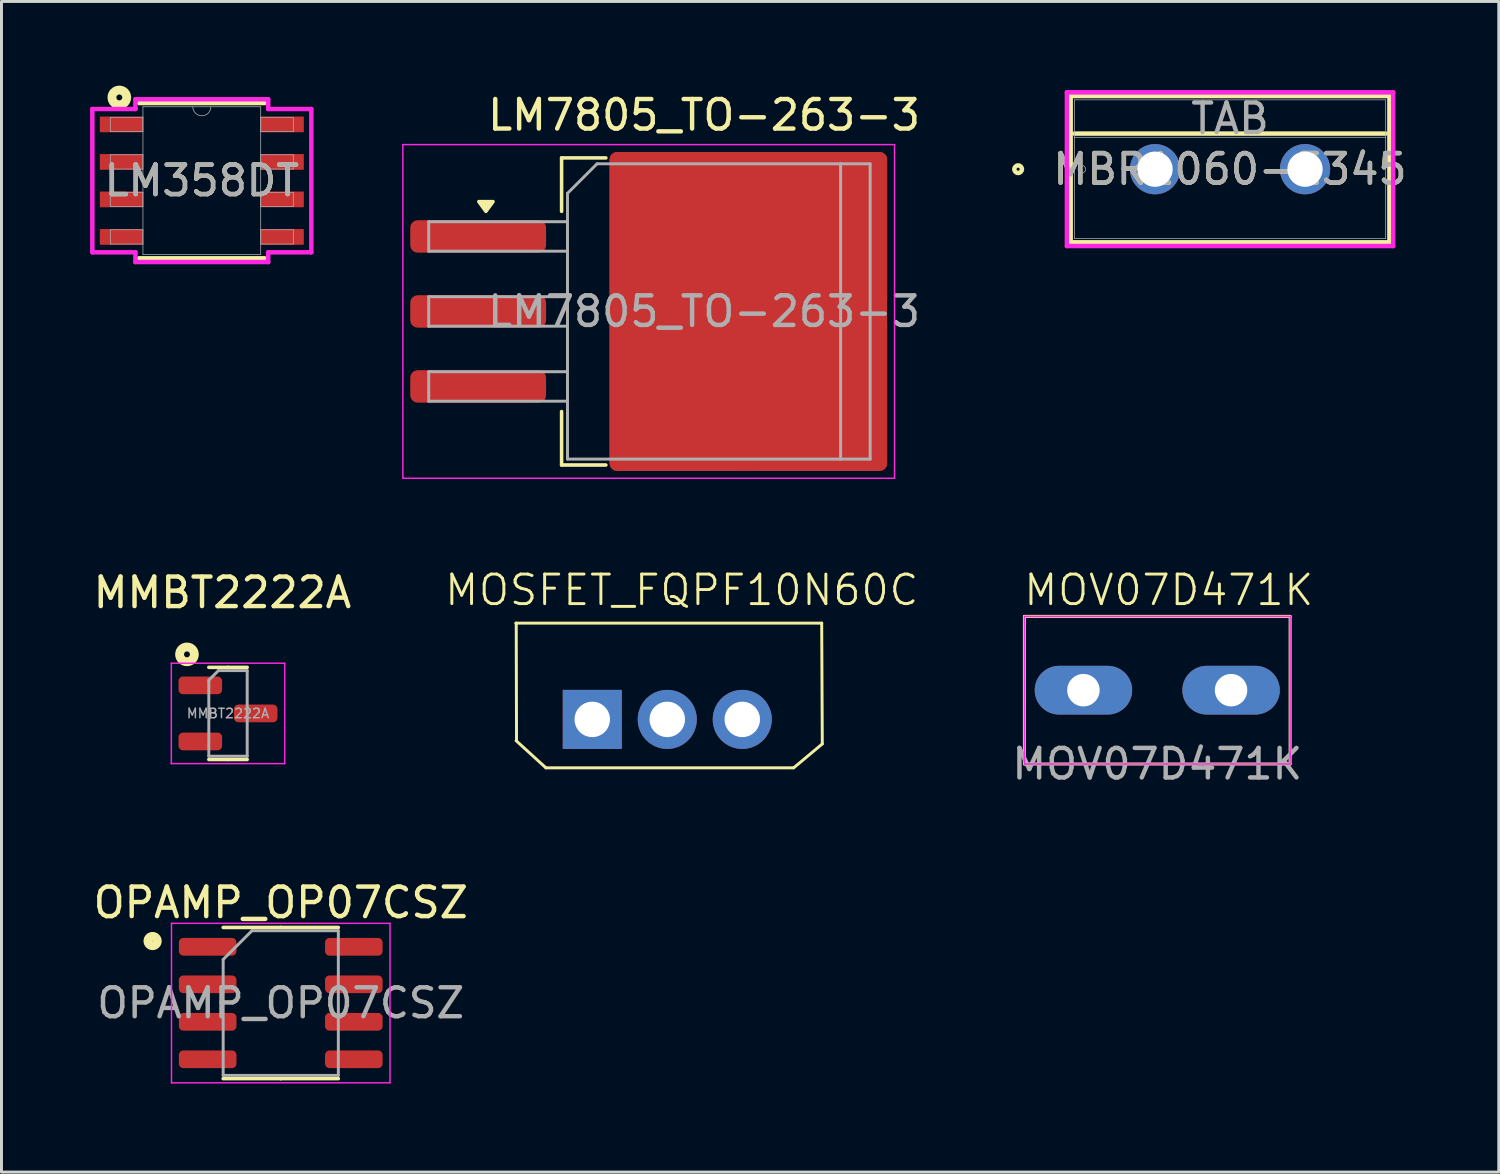
<source format=kicad_pcb>
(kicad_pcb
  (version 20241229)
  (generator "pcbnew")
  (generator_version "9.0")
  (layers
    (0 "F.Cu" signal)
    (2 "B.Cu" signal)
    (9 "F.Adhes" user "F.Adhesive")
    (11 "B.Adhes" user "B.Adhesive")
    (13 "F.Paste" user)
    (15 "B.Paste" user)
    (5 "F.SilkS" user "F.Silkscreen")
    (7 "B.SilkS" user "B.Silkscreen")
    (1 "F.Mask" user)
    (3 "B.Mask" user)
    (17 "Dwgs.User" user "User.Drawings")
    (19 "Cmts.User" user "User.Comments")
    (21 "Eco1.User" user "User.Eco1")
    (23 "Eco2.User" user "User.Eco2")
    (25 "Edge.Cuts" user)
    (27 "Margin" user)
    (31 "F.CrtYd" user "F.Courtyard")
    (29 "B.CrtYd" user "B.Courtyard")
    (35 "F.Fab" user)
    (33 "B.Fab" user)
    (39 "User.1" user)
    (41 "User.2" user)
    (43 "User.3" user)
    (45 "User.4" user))
  (footprint "MOSFET_FQPF10N60C"
    (layer "F.Cu")
    (at 14.418 18.054)
    (property "Reference" "MOSFET_FQPF10N60C" (at 5.62 -1.12 0) (unlocked yes) (layer "F.SilkS") (effects (font (size 1 1) (thickness 0.1))))
    (attr through_hole)
    (fp_line (start 0 0) (end 10.36 0) (stroke (width 0.1) (type default)) (layer "F.SilkS"))
    (fp_line (start 0.01 3.98) (end 1.02 4.9) (stroke (width 0.1) (type default)) (layer "F.SilkS"))
    (fp_line (start 0.015 0) (end 0.025 3.98) (stroke (width 0.1) (type default)) (layer "F.SilkS"))
    (fp_line (start 1.02 4.9) (end 9.41 4.9) (stroke (width 0.1) (type default)) (layer "F.SilkS"))
    (fp_line (start 9.41 4.9) (end 10.38 4.09) (stroke (width 0.1) (type default)) (layer "F.SilkS"))
    (fp_line (start 10.38 4.09) (end 10.36 0) (stroke (width 0.1) (type default)) (layer "F.SilkS"))
    (pad "1" thru_hole rect (at 2.59 3.26) (size 2 2) (drill 1.2) (layers "*.Cu" "*.Mask"))
    (pad "2" thru_hole circle (at 5.13 3.26) (size 2 2) (drill 1.2) (layers "*.Cu" "*.Mask"))
    (pad "3" thru_hole circle (at 7.67 3.26) (size 2 2) (drill 1.2) (layers "*.Cu" "*.Mask")))
  (footprint "MBR1060-E345"
    (layer "F.Cu")
    (at 36.067 2.68)
    (property "Reference" "MBR1060-E345" (at 2.54 0 0) (unlocked yes) (layer "F.SilkS") (effects (font (size 1 1) (thickness 0.15))))
    (attr through_hole)
    (fp_line (start -2.857 -2.477) (end -2.857 2.477) (stroke (width 0.152) (type solid)) (layer "F.SilkS"))
    (fp_line (start -2.857 2.477) (end 7.938 2.477) (stroke (width 0.152) (type solid)) (layer "F.SilkS"))
    (fp_line (start -2.731 -1.206) (end 7.811 -1.206) (stroke (width 0.152) (type solid)) (layer "F.SilkS"))
    (fp_line (start 7.938 -2.477) (end -2.857 -2.477) (stroke (width 0.152) (type solid)) (layer "F.SilkS"))
    (fp_line (start 7.938 2.477) (end 7.938 -2.477) (stroke (width 0.152) (type solid)) (layer "F.SilkS"))
    (fp_circle (center -4.636 0) (end -4.508 0) (stroke (width 0.152) (type solid)) (fill no) (layer "F.SilkS"))
    (fp_line (start -2.985 -2.603) (end -2.985 2.603) (stroke (width 0.152) (type solid)) (layer "F.CrtYd"))
    (fp_line (start -2.985 2.603) (end 8.065 2.603) (stroke (width 0.152) (type solid)) (layer "F.CrtYd"))
    (fp_line (start 8.065 -2.603) (end -2.985 -2.603) (stroke (width 0.152) (type solid)) (layer "F.CrtYd"))
    (fp_line (start 8.065 2.603) (end 8.065 -2.603) (stroke (width 0.152) (type solid)) (layer "F.CrtYd"))
    (fp_line (start -2.731 -2.349) (end -2.731 2.349) (stroke (width 0.025) (type solid)) (layer "F.Fab"))
    (fp_line (start -2.731 -1.079) (end 7.811 -1.079) (stroke (width 0.025) (type solid)) (layer "F.Fab"))
    (fp_line (start -2.731 2.349) (end 7.811 2.349) (stroke (width 0.025) (type solid)) (layer "F.Fab"))
    (fp_line (start 7.811 -2.349) (end -2.731 -2.349) (stroke (width 0.025) (type solid)) (layer "F.Fab"))
    (fp_line (start 7.811 2.349) (end 7.811 -2.349) (stroke (width 0.025) (type solid)) (layer "F.Fab"))
    (fp_circle (center -2.477 0) (end -2.349 0) (stroke (width 0.025) (type solid)) (fill no) (layer "F.Fab"))
    (fp_text user "TAB" (at 2.54 -1.714 0) (unlocked yes) (layer "F.Fab") (effects (font (size 1 1) (thickness 0.15))))
    (fp_text user "${REFERENCE}" (at 2.54 0 0) (unlocked yes) (layer "F.Fab") (effects (font (size 1 1) (thickness 0.15))))
    (pad "1" thru_hole circle (at 0 0) (size 1.702 1.702) (drill 1.194) (layers "*.Cu" "*.Mask"))
    (pad "3" thru_hole circle (at 5.08 0) (size 1.702 1.702) (drill 1.194) (layers "*.Cu" "*.Mask")))
  (footprint "MMBT2222A"
    (layer "F.Cu")
    (at 4.672 21.111)
    (property "Reference" "MMBT2222A" (at -0.19 -4.09 0) (layer "F.SilkS") (effects (font (size 1 1) (thickness 0.15))))
    (attr smd)
    (fp_line (start 0 -1.56) (end -0.65 -1.56) (stroke (width 0.12) (type solid)) (layer "F.SilkS"))
    (fp_line (start 0 -1.56) (end 0.65 -1.56) (stroke (width 0.12) (type solid)) (layer "F.SilkS"))
    (fp_line (start 0 1.56) (end -0.65 1.56) (stroke (width 0.12) (type solid)) (layer "F.SilkS"))
    (fp_line (start 0 1.56) (end 0.65 1.56) (stroke (width 0.12) (type solid)) (layer "F.SilkS"))
    (fp_circle (center -1.39 -2) (end -1.29 -2) (stroke (width 0.3) (type default)) (fill no) (layer "F.SilkS"))
    (fp_line (start -1.92 -1.7) (end -1.92 1.7) (stroke (width 0.05) (type solid)) (layer "F.CrtYd"))
    (fp_line (start -1.92 1.7) (end 1.92 1.7) (stroke (width 0.05) (type solid)) (layer "F.CrtYd"))
    (fp_line (start 1.92 -1.7) (end -1.92 -1.7) (stroke (width 0.05) (type solid)) (layer "F.CrtYd"))
    (fp_line (start 1.92 1.7) (end 1.92 -1.7) (stroke (width 0.05) (type solid)) (layer "F.CrtYd"))
    (fp_line (start -0.65 -1.125) (end -0.325 -1.45) (stroke (width 0.1) (type solid)) (layer "F.Fab"))
    (fp_line (start -0.65 1.45) (end -0.65 -1.125) (stroke (width 0.1) (type solid)) (layer "F.Fab"))
    (fp_line (start -0.325 -1.45) (end 0.65 -1.45) (stroke (width 0.1) (type solid)) (layer "F.Fab"))
    (fp_line (start 0.65 -1.45) (end 0.65 1.45) (stroke (width 0.1) (type solid)) (layer "F.Fab"))
    (fp_line (start 0.65 1.45) (end -0.65 1.45) (stroke (width 0.1) (type solid)) (layer "F.Fab"))
    (fp_text user "${REFERENCE}" (at 0 0 0) (layer "F.Fab") (effects (font (size 0.32 0.32) (thickness 0.05))))
    (pad "1" smd roundrect (at -0.938 -0.95) (size 1.475 0.6) (layers "F.Cu" "F.Mask" "F.Paste") (roundrect_rratio 0.25))
    (pad "2" smd roundrect (at -0.938 0.95) (size 1.475 0.6) (layers "F.Cu" "F.Mask" "F.Paste") (roundrect_rratio 0.25))
    (pad "3" smd roundrect (at 0.938 0) (size 1.475 0.6) (layers "F.Cu" "F.Mask" "F.Paste") (roundrect_rratio 0.25)))
  (footprint "OPAMP_OP07CSZ"
    (layer "F.Cu")
    (at 6.458 30.92)
    (property "Reference" "OPAMP_OP07CSZ" (at 0 -3.4 0) (layer "F.SilkS") (effects (font (size 1 1) (thickness 0.15))))
    (attr smd)
    (fp_line (start 0 -2.56) (end -1.95 -2.56) (stroke (width 0.12) (type solid)) (layer "F.SilkS"))
    (fp_line (start 0 -2.56) (end 1.95 -2.56) (stroke (width 0.12) (type solid)) (layer "F.SilkS"))
    (fp_line (start 0 2.56) (end -1.95 2.56) (stroke (width 0.12) (type solid)) (layer "F.SilkS"))
    (fp_line (start 0 2.56) (end 1.95 2.56) (stroke (width 0.12) (type solid)) (layer "F.SilkS"))
    (fp_circle (center -4.34 -2.1) (end -4.182 -2.1) (stroke (width 0.3) (type default)) (fill no) (layer "F.SilkS"))
    (fp_line (start -3.7 -2.7) (end -3.7 2.7) (stroke (width 0.05) (type solid)) (layer "F.CrtYd"))
    (fp_line (start -3.7 2.7) (end 3.7 2.7) (stroke (width 0.05) (type solid)) (layer "F.CrtYd"))
    (fp_line (start 3.7 -2.7) (end -3.7 -2.7) (stroke (width 0.05) (type solid)) (layer "F.CrtYd"))
    (fp_line (start 3.7 2.7) (end 3.7 -2.7) (stroke (width 0.05) (type solid)) (layer "F.CrtYd"))
    (fp_line (start -1.95 -1.475) (end -0.975 -2.45) (stroke (width 0.1) (type solid)) (layer "F.Fab"))
    (fp_line (start -1.95 2.45) (end -1.95 -1.475) (stroke (width 0.1) (type solid)) (layer "F.Fab"))
    (fp_line (start -0.975 -2.45) (end 1.95 -2.45) (stroke (width 0.1) (type solid)) (layer "F.Fab"))
    (fp_line (start 1.95 -2.45) (end 1.95 2.45) (stroke (width 0.1) (type solid)) (layer "F.Fab"))
    (fp_line (start 1.95 2.45) (end -1.95 2.45) (stroke (width 0.1) (type solid)) (layer "F.Fab"))
    (fp_text user "${REFERENCE}" (at 0 0 0) (layer "F.Fab") (effects (font (size 0.98 0.98) (thickness 0.15))))
    (pad "1" smd roundrect (at -2.475 -1.905) (size 1.95 0.6) (layers "F.Cu" "F.Mask" "F.Paste") (roundrect_rratio 0.25))
    (pad "2" smd roundrect (at -2.475 -0.635) (size 1.95 0.6) (layers "F.Cu" "F.Mask" "F.Paste") (roundrect_rratio 0.25))
    (pad "3" smd roundrect (at -2.475 0.635) (size 1.95 0.6) (layers "F.Cu" "F.Mask" "F.Paste") (roundrect_rratio 0.25))
    (pad "4" smd roundrect (at -2.475 1.905) (size 1.95 0.6) (layers "F.Cu" "F.Mask" "F.Paste") (roundrect_rratio 0.25))
    (pad "5" smd roundrect (at 2.475 1.905) (size 1.95 0.6) (layers "F.Cu" "F.Mask" "F.Paste") (roundrect_rratio 0.25))
    (pad "6" smd roundrect (at 2.475 0.635) (size 1.95 0.6) (layers "F.Cu" "F.Mask" "F.Paste") (roundrect_rratio 0.25))
    (pad "7" smd roundrect (at 2.475 -0.635) (size 1.95 0.6) (layers "F.Cu" "F.Mask" "F.Paste") (roundrect_rratio 0.25))
    (pad "8" smd roundrect (at 2.475 -1.905) (size 1.95 0.6) (layers "F.Cu" "F.Mask" "F.Paste") (roundrect_rratio 0.25)))
  (footprint "LM7805_TO-263-3"
    (layer "F.Cu")
    (at 20.794 7.498)
    (property "Reference" "LM7805_TO-263-3" (at 0 -6.65 0) (layer "F.SilkS") (effects (font (size 1 1) (thickness 0.15))))
    (attr smd)
    (fp_line (start -4.825 -5.2) (end -4.825 -3.39) (stroke (width 0.12) (type solid)) (layer "F.SilkS"))
    (fp_line (start -4.825 5.2) (end -4.825 3.39) (stroke (width 0.12) (type solid)) (layer "F.SilkS"))
    (fp_line (start -3.325 -5.2) (end -4.825 -5.2) (stroke (width 0.12) (type solid)) (layer "F.SilkS"))
    (fp_line (start -3.325 5.2) (end -4.825 5.2) (stroke (width 0.12) (type solid)) (layer "F.SilkS"))
    (fp_poly (pts (xy -7.388 -3.39) (xy -7.628 -3.72) (xy -7.147 -3.72) (xy -7.388 -3.39)) (stroke (width 0.12) (type solid)) (fill yes) (layer "F.SilkS"))
    (fp_line (start -10.2 -5.65) (end -10.2 5.65) (stroke (width 0.05) (type solid)) (layer "F.CrtYd"))
    (fp_line (start -10.2 5.65) (end 6.45 5.65) (stroke (width 0.05) (type solid)) (layer "F.CrtYd"))
    (fp_line (start 6.45 -5.65) (end -10.2 -5.65) (stroke (width 0.05) (type solid)) (layer "F.CrtYd"))
    (fp_line (start 6.45 5.65) (end 6.45 -5.65) (stroke (width 0.05) (type solid)) (layer "F.CrtYd"))
    (fp_line (start -9.325 -3.04) (end -9.325 -2.04) (stroke (width 0.1) (type solid)) (layer "F.Fab"))
    (fp_line (start -9.325 -2.04) (end -4.625 -2.04) (stroke (width 0.1) (type solid)) (layer "F.Fab"))
    (fp_line (start -9.325 -0.5) (end -9.325 0.5) (stroke (width 0.1) (type solid)) (layer "F.Fab"))
    (fp_line (start -9.325 0.5) (end -4.625 0.5) (stroke (width 0.1) (type solid)) (layer "F.Fab"))
    (fp_line (start -9.325 2.04) (end -9.325 3.04) (stroke (width 0.1) (type solid)) (layer "F.Fab"))
    (fp_line (start -9.325 3.04) (end -4.625 3.04) (stroke (width 0.1) (type solid)) (layer "F.Fab"))
    (fp_line (start -4.625 -4) (end -3.625 -5) (stroke (width 0.1) (type solid)) (layer "F.Fab"))
    (fp_line (start -4.625 -3.04) (end -9.325 -3.04) (stroke (width 0.1) (type solid)) (layer "F.Fab"))
    (fp_line (start -4.625 -0.5) (end -9.325 -0.5) (stroke (width 0.1) (type solid)) (layer "F.Fab"))
    (fp_line (start -4.625 2.04) (end -9.325 2.04) (stroke (width 0.1) (type solid)) (layer "F.Fab"))
    (fp_line (start -4.625 5) (end -4.625 -4) (stroke (width 0.1) (type solid)) (layer "F.Fab"))
    (fp_line (start -3.625 -5) (end 4.625 -5) (stroke (width 0.1) (type solid)) (layer "F.Fab"))
    (fp_line (start 4.625 -5) (end 4.625 5) (stroke (width 0.1) (type solid)) (layer "F.Fab"))
    (fp_line (start 4.625 -5) (end 5.625 -5) (stroke (width 0.1) (type solid)) (layer "F.Fab"))
    (fp_line (start 4.625 5) (end -4.625 5) (stroke (width 0.1) (type solid)) (layer "F.Fab"))
    (fp_line (start 5.625 -5) (end 5.625 5) (stroke (width 0.1) (type solid)) (layer "F.Fab"))
    (fp_line (start 5.625 5) (end 4.625 5) (stroke (width 0.1) (type solid)) (layer "F.Fab"))
    (fp_text user "${REFERENCE}" (at 0 0 0) (layer "F.Fab") (effects (font (size 1 1) (thickness 0.15))))
    (pad "1" smd roundrect (at -7.65 -2.54) (size 4.6 1.1) (layers "F.Cu" "F.Mask" "F.Paste") (roundrect_rratio 0.227))
    (pad "2" smd roundrect (at -7.65 0) (size 4.6 1.1) (layers "F.Cu" "F.Mask" "F.Paste") (roundrect_rratio 0.227))
    (pad "2" smd roundrect (at -0.925 -2.775) (size 4.55 5.25) (layers "F.Cu" "F.Paste") (roundrect_rratio 0.055))
    (pad "2" smd roundrect (at -0.925 2.775) (size 4.55 5.25) (layers "F.Cu" "F.Paste") (roundrect_rratio 0.055))
    (pad "2" smd roundrect (at 1.5 0) (size 9.4 10.8) (layers "F.Cu" "F.Mask") (roundrect_rratio 0.027))
    (pad "2" smd roundrect (at 3.925 -2.775) (size 4.55 5.25) (layers "F.Cu" "F.Paste") (roundrect_rratio 0.055))
    (pad "2" smd roundrect (at 3.925 2.775) (size 4.55 5.25) (layers "F.Cu" "F.Paste") (roundrect_rratio 0.055))
    (pad "3" smd roundrect (at -7.65 2.54) (size 4.6 1.1) (layers "F.Cu" "F.Mask" "F.Paste") (roundrect_rratio 0.227)))
  (footprint "MOV07D471K"
    (layer "F.Cu")
    (at 36.142 20.324)
    (property "Reference" "MOV07D471K" (at 0.39 -3.39 0) (unlocked yes) (layer "F.SilkS") (effects (font (size 1 1) (thickness 0.1))))
    (attr through_hole)
    (fp_line (start -4.5 -2.5) (end 4.5 -2.5) (stroke (width 0.1) (type solid)) (layer "F.SilkS"))
    (fp_line (start -4.5 2.5) (end -4.5 -2.5) (stroke (width 0.1) (type solid)) (layer "F.SilkS"))
    (fp_line (start 4.5 -2.5) (end 4.5 2.5) (stroke (width 0.1) (type solid)) (layer "F.SilkS"))
    (fp_line (start 4.5 2.5) (end -4.5 2.5) (stroke (width 0.1) (type solid)) (layer "F.SilkS"))
    (fp_line (start -4.5 -2.5) (end 4.5 -2.5) (stroke (width 0.05) (type default)) (layer "F.CrtYd"))
    (fp_line (start -4.5 2.5) (end -4.5 -2.5) (stroke (width 0.05) (type default)) (layer "F.CrtYd"))
    (fp_line (start 4.5 -2.5) (end 4.5 2.5) (stroke (width 0.05) (type default)) (layer "F.CrtYd"))
    (fp_line (start 4.5 2.5) (end -4.5 2.5) (stroke (width 0.05) (type default)) (layer "F.CrtYd"))
    (fp_text user "${REFERENCE}" (at 0 2.5 0) (unlocked yes) (layer "F.Fab") (effects (font (size 1 1) (thickness 0.15))))
    (pad "1" thru_hole oval (at -2.5 0) (size 3.3 1.65) (drill 1.1) (layers "*.Cu" "*.Mask"))
    (pad "2" thru_hole oval (at 2.5 0) (size 3.3 1.65) (drill 1.1) (layers "*.Cu" "*.Mask")))
  (footprint "LM358DT"
    (layer "F.Cu")
    (at 3.785 3.068)
    (property "Reference" "LM358DT" (at 0 0 0) (unlocked yes) (layer "F.SilkS") (effects (font (size 1 1) (thickness 0.15))))
    (attr smd)
    (fp_line (start -2.121 2.629) (end 2.121 2.629) (stroke (width 0.152) (type solid)) (layer "F.SilkS"))
    (fp_line (start 2.121 -2.629) (end -2.121 -2.629) (stroke (width 0.152) (type solid)) (layer "F.SilkS"))
    (fp_circle (center -2.794 -2.818) (end -2.694 -2.818) (stroke (width 0.3) (type default)) (fill no) (layer "F.SilkS"))
    (fp_line (start -3.708 -2.426) (end -2.248 -2.426) (stroke (width 0.152) (type solid)) (layer "F.CrtYd"))
    (fp_line (start -3.708 2.426) (end -3.708 -2.426) (stroke (width 0.152) (type solid)) (layer "F.CrtYd"))
    (fp_line (start -3.708 2.426) (end -2.248 2.426) (stroke (width 0.152) (type solid)) (layer "F.CrtYd"))
    (fp_line (start -2.248 -2.756) (end 2.248 -2.756) (stroke (width 0.152) (type solid)) (layer "F.CrtYd"))
    (fp_line (start -2.248 -2.426) (end -2.248 -2.756) (stroke (width 0.152) (type solid)) (layer "F.CrtYd"))
    (fp_line (start -2.248 2.756) (end -2.248 2.426) (stroke (width 0.152) (type solid)) (layer "F.CrtYd"))
    (fp_line (start 2.248 -2.756) (end 2.248 -2.426) (stroke (width 0.152) (type solid)) (layer "F.CrtYd"))
    (fp_line (start 2.248 2.426) (end 2.248 2.756) (stroke (width 0.152) (type solid)) (layer "F.CrtYd"))
    (fp_line (start 2.248 2.756) (end -2.248 2.756) (stroke (width 0.152) (type solid)) (layer "F.CrtYd"))
    (fp_line (start 3.708 -2.426) (end 2.248 -2.426) (stroke (width 0.152) (type solid)) (layer "F.CrtYd"))
    (fp_line (start 3.708 -2.426) (end 3.708 2.426) (stroke (width 0.152) (type solid)) (layer "F.CrtYd"))
    (fp_line (start 3.708 2.426) (end 2.248 2.426) (stroke (width 0.152) (type solid)) (layer "F.CrtYd"))
    (fp_line (start -3.099 -2.146) (end -3.099 -1.664) (stroke (width 0.025) (type solid)) (layer "F.Fab"))
    (fp_line (start -3.099 -1.664) (end -1.994 -1.664) (stroke (width 0.025) (type solid)) (layer "F.Fab"))
    (fp_line (start -3.099 -0.876) (end -3.099 -0.394) (stroke (width 0.025) (type solid)) (layer "F.Fab"))
    (fp_line (start -3.099 -0.394) (end -1.994 -0.394) (stroke (width 0.025) (type solid)) (layer "F.Fab"))
    (fp_line (start -3.099 0.394) (end -3.099 0.876) (stroke (width 0.025) (type solid)) (layer "F.Fab"))
    (fp_line (start -3.099 0.876) (end -1.994 0.876) (stroke (width 0.025) (type solid)) (layer "F.Fab"))
    (fp_line (start -3.099 1.664) (end -3.099 2.146) (stroke (width 0.025) (type solid)) (layer "F.Fab"))
    (fp_line (start -3.099 2.146) (end -1.994 2.146) (stroke (width 0.025) (type solid)) (layer "F.Fab"))
    (fp_line (start -1.994 -2.502) (end -1.994 2.502) (stroke (width 0.025) (type solid)) (layer "F.Fab"))
    (fp_line (start -1.994 -2.146) (end -3.099 -2.146) (stroke (width 0.025) (type solid)) (layer "F.Fab"))
    (fp_line (start -1.994 -1.664) (end -1.994 -2.146) (stroke (width 0.025) (type solid)) (layer "F.Fab"))
    (fp_line (start -1.994 -0.876) (end -3.099 -0.876) (stroke (width 0.025) (type solid)) (layer "F.Fab"))
    (fp_line (start -1.994 -0.394) (end -1.994 -0.876) (stroke (width 0.025) (type solid)) (layer "F.Fab"))
    (fp_line (start -1.994 0.394) (end -3.099 0.394) (stroke (width 0.025) (type solid)) (layer "F.Fab"))
    (fp_line (start -1.994 0.876) (end -1.994 0.394) (stroke (width 0.025) (type solid)) (layer "F.Fab"))
    (fp_line (start -1.994 1.664) (end -3.099 1.664) (stroke (width 0.025) (type solid)) (layer "F.Fab"))
    (fp_line (start -1.994 2.146) (end -1.994 1.664) (stroke (width 0.025) (type solid)) (layer "F.Fab"))
    (fp_line (start -1.994 2.502) (end 1.994 2.502) (stroke (width 0.025) (type solid)) (layer "F.Fab"))
    (fp_line (start 1.994 -2.502) (end -1.994 -2.502) (stroke (width 0.025) (type solid)) (layer "F.Fab"))
    (fp_line (start 1.994 -2.146) (end 1.994 -1.664) (stroke (width 0.025) (type solid)) (layer "F.Fab"))
    (fp_line (start 1.994 -1.664) (end 3.099 -1.664) (stroke (width 0.025) (type solid)) (layer "F.Fab"))
    (fp_line (start 1.994 -0.876) (end 1.994 -0.394) (stroke (width 0.025) (type solid)) (layer "F.Fab"))
    (fp_line (start 1.994 -0.394) (end 3.099 -0.394) (stroke (width 0.025) (type solid)) (layer "F.Fab"))
    (fp_line (start 1.994 0.394) (end 1.994 0.876) (stroke (width 0.025) (type solid)) (layer "F.Fab"))
    (fp_line (start 1.994 0.876) (end 3.099 0.876) (stroke (width 0.025) (type solid)) (layer "F.Fab"))
    (fp_line (start 1.994 1.664) (end 1.994 2.146) (stroke (width 0.025) (type solid)) (layer "F.Fab"))
    (fp_line (start 1.994 2.146) (end 3.099 2.146) (stroke (width 0.025) (type solid)) (layer "F.Fab"))
    (fp_line (start 1.994 2.502) (end 1.994 -2.502) (stroke (width 0.025) (type solid)) (layer "F.Fab"))
    (fp_line (start 3.099 -2.146) (end 1.994 -2.146) (stroke (width 0.025) (type solid)) (layer "F.Fab"))
    (fp_line (start 3.099 -1.664) (end 3.099 -2.146) (stroke (width 0.025) (type solid)) (layer "F.Fab"))
    (fp_line (start 3.099 -0.876) (end 1.994 -0.876) (stroke (width 0.025) (type solid)) (layer "F.Fab"))
    (fp_line (start 3.099 -0.394) (end 3.099 -0.876) (stroke (width 0.025) (type solid)) (layer "F.Fab"))
    (fp_line (start 3.099 0.394) (end 1.994 0.394) (stroke (width 0.025) (type solid)) (layer "F.Fab"))
    (fp_line (start 3.099 0.876) (end 3.099 0.394) (stroke (width 0.025) (type solid)) (layer "F.Fab"))
    (fp_line (start 3.099 1.664) (end 1.994 1.664) (stroke (width 0.025) (type solid)) (layer "F.Fab"))
    (fp_line (start 3.099 2.146) (end 3.099 1.664) (stroke (width 0.025) (type solid)) (layer "F.Fab"))
    (fp_arc (start 0.3048 -2.5019) (mid 0 -2.1971) (end -0.3048 -2.5019) (stroke (width 0.0254) (type solid)) (layer "F.Fab"))
    (fp_text user "${REFERENCE}" (at 0 0 0) (unlocked yes) (layer "F.Fab") (effects (font (size 1 1) (thickness 0.15))))
    (pad "1" smd rect (at -2.724 -1.905) (size 1.46 0.533) (layers "F.Cu" "F.Mask" "F.Paste"))
    (pad "2" smd rect (at -2.724 -0.635) (size 1.46 0.533) (layers "F.Cu" "F.Mask" "F.Paste"))
    (pad "3" smd rect (at -2.724 0.635) (size 1.46 0.533) (layers "F.Cu" "F.Mask" "F.Paste"))
    (pad "4" smd rect (at -2.724 1.905) (size 1.46 0.533) (layers "F.Cu" "F.Mask" "F.Paste"))
    (pad "5" smd rect (at 2.724 1.905) (size 1.46 0.533) (layers "F.Cu" "F.Mask" "F.Paste"))
    (pad "6" smd rect (at 2.724 0.635) (size 1.46 0.533) (layers "F.Cu" "F.Mask" "F.Paste"))
    (pad "7" smd rect (at 2.724 -0.635) (size 1.46 0.533) (layers "F.Cu" "F.Mask" "F.Paste"))
    (pad "8" smd rect (at 2.724 -1.905) (size 1.46 0.533) (layers "F.Cu" "F.Mask" "F.Paste")))
  (gr_rect
    (start -3 -3)
    (end 47.709 36.645)
    (stroke (width 0.1) (type default))
    (fill no)
    (layer "Edge.Cuts")))
</source>
